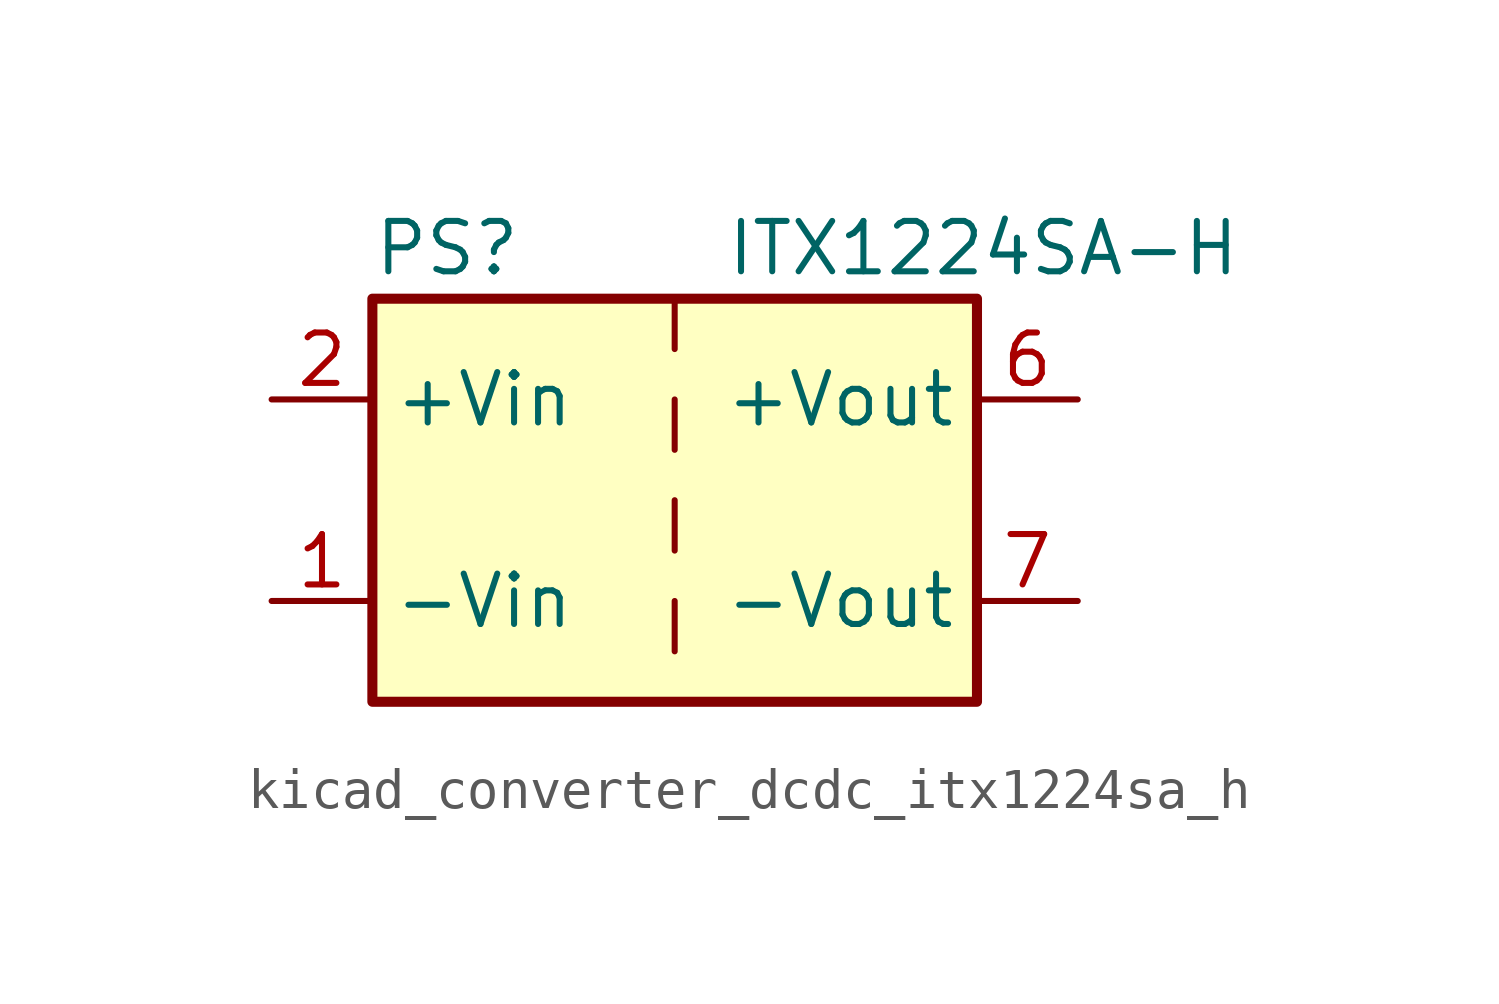
<source format=kicad_sym>
(kicad_symbol_lib
  (version 20220914)
  (generator kicad_symbol_editor)
  (symbol "kicad_converter_dcdc_itx1224sa_h"
    (property "Reference" "PS"
      (at -7.62 6.35 0)
      (effects (font (size 1.27 1.27)) (justify left)))
    (property "Value" "ITX1224SA-H"
      (at 1.27 6.35 0)
      (effects (font (size 1.27 1.27)) (justify left)))
    (symbol "kicad_converter_dcdc_itx1224sa_h_0_0"
      (pin power_in line (at -10.16 -2.54 0) (length 2.54) (name "-Vin" (effects (font (size 1.27 1.27)))) (number "1" (effects (font (size 1.27 1.27)))))
      (pin power_in line (at -10.16 2.54 0) (length 2.54) (name "+Vin" (effects (font (size 1.27 1.27)))) (number "2" (effects (font (size 1.27 1.27)))))
      (pin power_out line (at 10.16 2.54 180) (length 2.54) (name "+Vout" (effects (font (size 1.27 1.27)))) (number "6" (effects (font (size 1.27 1.27)))))
      (pin power_out line (at 10.16 -2.54 180) (length 2.54) (name "-Vout" (effects (font (size 1.27 1.27)))) (number "7" (effects (font (size 1.27 1.27)))))
      (pin no_connect line (at 7.62 0 180) (length 2.54) hide (name "NC" (effects (font (size 1.27 1.27)))) (number "8" (effects (font (size 1.27 1.27))))))
    (symbol "kicad_converter_dcdc_itx1224sa_h_0_1"
      (rectangle (start -7.62 5.08) (end 7.62 -5.08) (stroke (width 0.254) (type default)) (fill (type background)))
      (polyline (pts (xy 0 -2.54) (xy 0 -3.81)) (stroke (width 0) (type default)) (fill (type none)))
      (polyline (pts (xy 0 0) (xy 0 -1.27)) (stroke (width 0) (type default)) (fill (type none)))
      (polyline (pts (xy 0 2.54) (xy 0 1.27)) (stroke (width 0) (type default)) (fill (type none)))
      (polyline (pts (xy 0 5.08) (xy 0 3.81)) (stroke (width 0) (type default)) (fill (type none))))))
</source>
